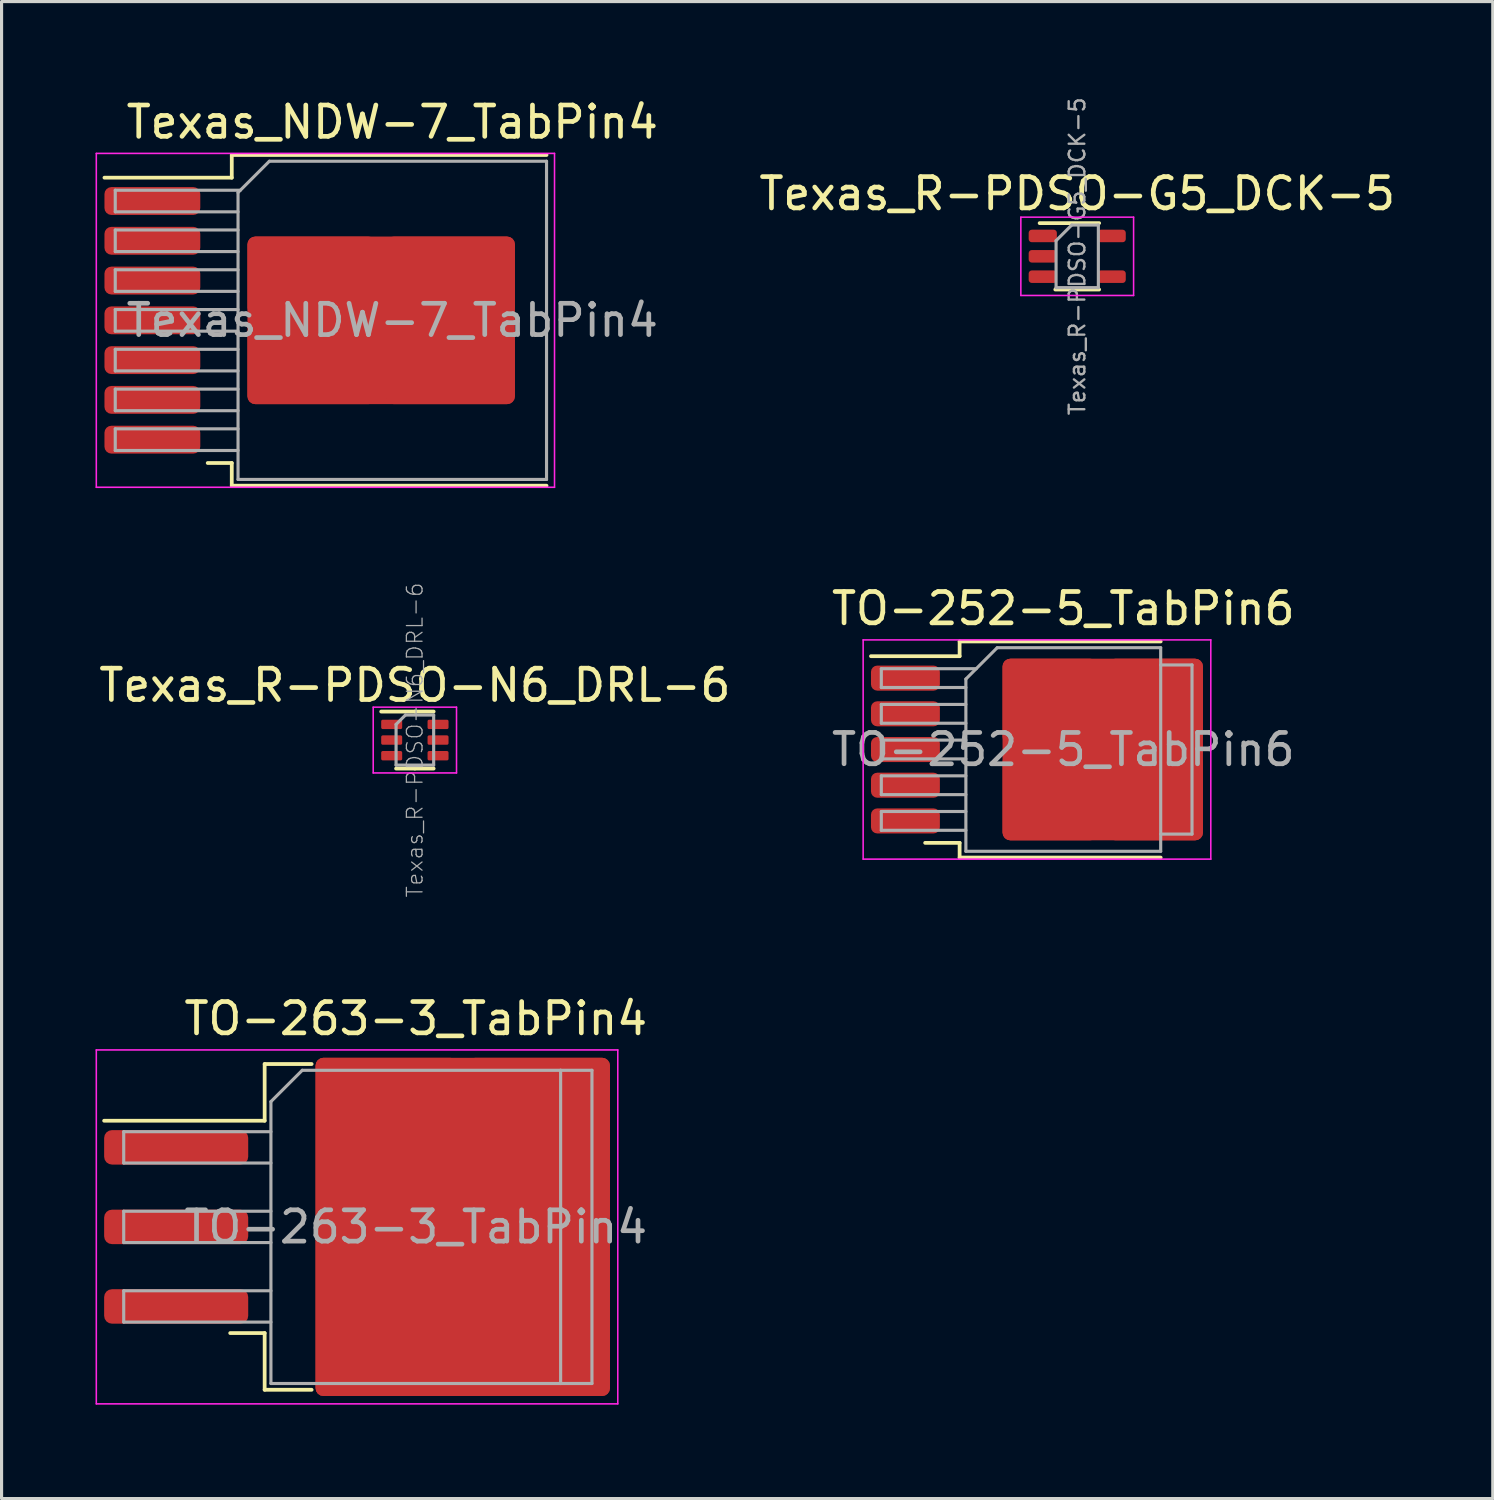
<source format=kicad_pcb>
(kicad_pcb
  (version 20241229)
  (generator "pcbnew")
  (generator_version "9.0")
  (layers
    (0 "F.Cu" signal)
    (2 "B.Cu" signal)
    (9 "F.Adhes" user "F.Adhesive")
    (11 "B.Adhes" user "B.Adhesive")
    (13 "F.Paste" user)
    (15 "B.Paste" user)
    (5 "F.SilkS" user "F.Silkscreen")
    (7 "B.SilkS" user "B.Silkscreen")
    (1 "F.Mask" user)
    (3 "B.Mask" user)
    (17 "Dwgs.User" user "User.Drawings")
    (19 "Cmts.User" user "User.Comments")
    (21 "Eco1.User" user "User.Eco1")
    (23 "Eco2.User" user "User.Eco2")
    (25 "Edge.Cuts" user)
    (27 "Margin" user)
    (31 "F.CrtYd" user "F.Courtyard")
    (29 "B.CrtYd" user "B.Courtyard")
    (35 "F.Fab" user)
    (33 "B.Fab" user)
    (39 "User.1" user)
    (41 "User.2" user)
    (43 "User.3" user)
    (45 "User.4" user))
  (footprint "Texas_R-PDSO-N6_DRL-6"
    (layer "F.Cu")
    (at 10.196 20.579)
    (property "Reference" "Texas_R-PDSO-N6_DRL-6" (at 0 -1.75 0) (layer "F.SilkS") (effects (font (size 1 1) (thickness 0.15))))
    (attr smd)
    (fp_line (start 0 -0.91) (end -1.075 -0.91) (stroke (width 0.12) (type solid)) (layer "F.SilkS"))
    (fp_line (start 0 -0.91) (end 0.6 -0.91) (stroke (width 0.12) (type solid)) (layer "F.SilkS"))
    (fp_line (start 0 0.91) (end -0.6 0.91) (stroke (width 0.12) (type solid)) (layer "F.SilkS"))
    (fp_line (start 0 0.91) (end 0.6 0.91) (stroke (width 0.12) (type solid)) (layer "F.SilkS"))
    (fp_line (start -1.33 -1.05) (end -1.33 1.05) (stroke (width 0.05) (type solid)) (layer "F.CrtYd"))
    (fp_line (start -1.33 1.05) (end 1.33 1.05) (stroke (width 0.05) (type solid)) (layer "F.CrtYd"))
    (fp_line (start 1.33 -1.05) (end -1.33 -1.05) (stroke (width 0.05) (type solid)) (layer "F.CrtYd"))
    (fp_line (start 1.33 1.05) (end 1.33 -1.05) (stroke (width 0.05) (type solid)) (layer "F.CrtYd"))
    (fp_line (start -0.6 -0.5) (end -0.3 -0.8) (stroke (width 0.1) (type solid)) (layer "F.Fab"))
    (fp_line (start -0.6 0.8) (end -0.6 -0.5) (stroke (width 0.1) (type solid)) (layer "F.Fab"))
    (fp_line (start -0.3 -0.8) (end 0.6 -0.8) (stroke (width 0.1) (type solid)) (layer "F.Fab"))
    (fp_line (start 0.6 -0.8) (end 0.6 0.8) (stroke (width 0.1) (type solid)) (layer "F.Fab"))
    (fp_line (start 0.6 0.8) (end -0.6 0.8) (stroke (width 0.1) (type solid)) (layer "F.Fab"))
    (fp_text user "${REFERENCE}" (at 0 0 90) (layer "F.Fab") (effects (font (size 0.5 0.5) (thickness 0.04))))
    (pad "1" smd roundrect (at -0.74 -0.5) (size 0.67 0.3) (layers "F.Cu" "F.Mask" "F.Paste") (roundrect_rratio 0.167))
    (pad "2" smd roundrect (at -0.74 0) (size 0.67 0.3) (layers "F.Cu" "F.Mask" "F.Paste") (roundrect_rratio 0.167))
    (pad "3" smd roundrect (at -0.74 0.5) (size 0.67 0.3) (layers "F.Cu" "F.Mask" "F.Paste") (roundrect_rratio 0.167))
    (pad "4" smd roundrect (at 0.74 0.5) (size 0.67 0.3) (layers "F.Cu" "F.Mask" "F.Paste") (roundrect_rratio 0.167))
    (pad "5" smd roundrect (at 0.74 0) (size 0.67 0.3) (layers "F.Cu" "F.Mask" "F.Paste") (roundrect_rratio 0.167))
    (pad "6" smd roundrect (at 0.74 -0.5) (size 0.67 0.3) (layers "F.Cu" "F.Mask" "F.Paste") (roundrect_rratio 0.167)))
  (footprint "TO-263-3_TabPin4"
    (layer "F.Cu")
    (at 10.225 36.123)
    (property "Reference" "TO-263-3_TabPin4" (at 0 -6.65 0) (layer "F.SilkS") (effects (font (size 1 1) (thickness 0.15))))
    (attr smd)
    (fp_line (start -4.825 -5.2) (end -4.825 -3.39) (stroke (width 0.12) (type solid)) (layer "F.SilkS"))
    (fp_line (start -4.825 -3.39) (end -9.95 -3.39) (stroke (width 0.12) (type solid)) (layer "F.SilkS"))
    (fp_line (start -4.825 3.39) (end -5.925 3.39) (stroke (width 0.12) (type solid)) (layer "F.SilkS"))
    (fp_line (start -4.825 5.2) (end -4.825 3.39) (stroke (width 0.12) (type solid)) (layer "F.SilkS"))
    (fp_line (start -3.325 -5.2) (end -4.825 -5.2) (stroke (width 0.12) (type solid)) (layer "F.SilkS"))
    (fp_line (start -3.325 5.2) (end -4.825 5.2) (stroke (width 0.12) (type solid)) (layer "F.SilkS"))
    (fp_line (start -10.2 -5.65) (end -10.2 5.65) (stroke (width 0.05) (type solid)) (layer "F.CrtYd"))
    (fp_line (start -10.2 5.65) (end 6.45 5.65) (stroke (width 0.05) (type solid)) (layer "F.CrtYd"))
    (fp_line (start 6.45 -5.65) (end -10.2 -5.65) (stroke (width 0.05) (type solid)) (layer "F.CrtYd"))
    (fp_line (start 6.45 5.65) (end 6.45 -5.65) (stroke (width 0.05) (type solid)) (layer "F.CrtYd"))
    (fp_line (start -9.325 -3.04) (end -9.325 -2.04) (stroke (width 0.1) (type solid)) (layer "F.Fab"))
    (fp_line (start -9.325 -2.04) (end -4.625 -2.04) (stroke (width 0.1) (type solid)) (layer "F.Fab"))
    (fp_line (start -9.325 -0.5) (end -9.325 0.5) (stroke (width 0.1) (type solid)) (layer "F.Fab"))
    (fp_line (start -9.325 0.5) (end -4.625 0.5) (stroke (width 0.1) (type solid)) (layer "F.Fab"))
    (fp_line (start -9.325 2.04) (end -9.325 3.04) (stroke (width 0.1) (type solid)) (layer "F.Fab"))
    (fp_line (start -9.325 3.04) (end -4.625 3.04) (stroke (width 0.1) (type solid)) (layer "F.Fab"))
    (fp_line (start -4.625 -4) (end -3.625 -5) (stroke (width 0.1) (type solid)) (layer "F.Fab"))
    (fp_line (start -4.625 -3.04) (end -9.325 -3.04) (stroke (width 0.1) (type solid)) (layer "F.Fab"))
    (fp_line (start -4.625 -0.5) (end -9.325 -0.5) (stroke (width 0.1) (type solid)) (layer "F.Fab"))
    (fp_line (start -4.625 2.04) (end -9.325 2.04) (stroke (width 0.1) (type solid)) (layer "F.Fab"))
    (fp_line (start -4.625 5) (end -4.625 -4) (stroke (width 0.1) (type solid)) (layer "F.Fab"))
    (fp_line (start -3.625 -5) (end 4.625 -5) (stroke (width 0.1) (type solid)) (layer "F.Fab"))
    (fp_line (start 4.625 -5) (end 4.625 5) (stroke (width 0.1) (type solid)) (layer "F.Fab"))
    (fp_line (start 4.625 -5) (end 5.625 -5) (stroke (width 0.1) (type solid)) (layer "F.Fab"))
    (fp_line (start 4.625 5) (end -4.625 5) (stroke (width 0.1) (type solid)) (layer "F.Fab"))
    (fp_line (start 5.625 -5) (end 5.625 5) (stroke (width 0.1) (type solid)) (layer "F.Fab"))
    (fp_line (start 5.625 5) (end 4.625 5) (stroke (width 0.1) (type solid)) (layer "F.Fab"))
    (fp_text user "${REFERENCE}" (at 0 0 0) (layer "F.Fab") (effects (font (size 1 1) (thickness 0.15))))
    (pad "1" smd roundrect (at -7.65 -2.54) (size 4.6 1.1) (layers "F.Cu" "F.Mask" "F.Paste") (roundrect_rratio 0.227))
    (pad "2" smd roundrect (at -7.65 0) (size 4.6 1.1) (layers "F.Cu" "F.Mask" "F.Paste") (roundrect_rratio 0.227))
    (pad "3" smd roundrect (at -7.65 2.54) (size 4.6 1.1) (layers "F.Cu" "F.Mask" "F.Paste") (roundrect_rratio 0.227))
    (pad "4" smd roundrect (at -0.925 -2.775) (size 4.55 5.25) (layers "F.Cu" "F.Paste") (roundrect_rratio 0.055))
    (pad "4" smd roundrect (at -0.925 2.775) (size 4.55 5.25) (layers "F.Cu" "F.Paste") (roundrect_rratio 0.055))
    (pad "4" smd roundrect (at 1.5 0) (size 9.4 10.8) (layers "F.Cu" "F.Mask") (roundrect_rratio 0.027))
    (pad "4" smd roundrect (at 3.925 -2.775) (size 4.55 5.25) (layers "F.Cu" "F.Paste") (roundrect_rratio 0.055))
    (pad "4" smd roundrect (at 3.925 2.775) (size 4.55 5.25) (layers "F.Cu" "F.Paste") (roundrect_rratio 0.055)))
  (footprint "Texas_NDW-7_TabPin4"
    (layer "F.Cu")
    (at 9.475 7.178)
    (property "Reference" "Texas_NDW-7_TabPin4" (at 0 -6.33 0) (layer "F.SilkS") (effects (font (size 1 1) (thickness 0.15))))
    (attr smd)
    (fp_line (start -5.125 -5.28) (end -5.125 -4.555) (stroke (width 0.12) (type solid)) (layer "F.SilkS"))
    (fp_line (start -5.125 -4.555) (end -9.19 -4.555) (stroke (width 0.12) (type solid)) (layer "F.SilkS"))
    (fp_line (start -5.125 4.555) (end -5.893 4.555) (stroke (width 0.12) (type solid)) (layer "F.SilkS"))
    (fp_line (start -5.125 5.28) (end -5.125 4.555) (stroke (width 0.12) (type solid)) (layer "F.SilkS"))
    (fp_line (start 4.925 -5.28) (end -5.125 -5.28) (stroke (width 0.12) (type solid)) (layer "F.SilkS"))
    (fp_line (start 4.925 5.28) (end -5.125 5.28) (stroke (width 0.12) (type solid)) (layer "F.SilkS"))
    (fp_line (start -9.45 -5.33) (end -9.45 5.33) (stroke (width 0.05) (type solid)) (layer "F.CrtYd"))
    (fp_line (start -9.45 5.33) (end 5.18 5.33) (stroke (width 0.05) (type solid)) (layer "F.CrtYd"))
    (fp_line (start 5.18 -5.33) (end -9.45 -5.33) (stroke (width 0.05) (type solid)) (layer "F.CrtYd"))
    (fp_line (start 5.18 5.33) (end 5.18 -5.33) (stroke (width 0.05) (type solid)) (layer "F.CrtYd"))
    (fp_line (start -8.845 -4.155) (end -8.845 -3.465) (stroke (width 0.1) (type solid)) (layer "F.Fab"))
    (fp_line (start -8.845 -3.465) (end -4.925 -3.465) (stroke (width 0.1) (type solid)) (layer "F.Fab"))
    (fp_line (start -8.845 -2.885) (end -8.845 -2.195) (stroke (width 0.1) (type solid)) (layer "F.Fab"))
    (fp_line (start -8.845 -2.195) (end -4.925 -2.195) (stroke (width 0.1) (type solid)) (layer "F.Fab"))
    (fp_line (start -8.845 -1.615) (end -8.845 -0.925) (stroke (width 0.1) (type solid)) (layer "F.Fab"))
    (fp_line (start -8.845 -0.925) (end -4.925 -0.925) (stroke (width 0.1) (type solid)) (layer "F.Fab"))
    (fp_line (start -8.845 -0.345) (end -8.845 0.345) (stroke (width 0.1) (type solid)) (layer "F.Fab"))
    (fp_line (start -8.845 0.345) (end -4.925 0.345) (stroke (width 0.1) (type solid)) (layer "F.Fab"))
    (fp_line (start -8.845 0.925) (end -8.845 1.615) (stroke (width 0.1) (type solid)) (layer "F.Fab"))
    (fp_line (start -8.845 1.615) (end -4.925 1.615) (stroke (width 0.1) (type solid)) (layer "F.Fab"))
    (fp_line (start -8.845 2.195) (end -8.845 2.885) (stroke (width 0.1) (type solid)) (layer "F.Fab"))
    (fp_line (start -8.845 2.885) (end -4.925 2.885) (stroke (width 0.1) (type solid)) (layer "F.Fab"))
    (fp_line (start -8.845 3.465) (end -8.845 4.155) (stroke (width 0.1) (type solid)) (layer "F.Fab"))
    (fp_line (start -8.845 4.155) (end -4.925 4.155) (stroke (width 0.1) (type solid)) (layer "F.Fab"))
    (fp_line (start -4.925 -4.08) (end -3.925 -5.08) (stroke (width 0.1) (type solid)) (layer "F.Fab"))
    (fp_line (start -4.925 -2.885) (end -8.845 -2.885) (stroke (width 0.1) (type solid)) (layer "F.Fab"))
    (fp_line (start -4.925 -1.615) (end -8.845 -1.615) (stroke (width 0.1) (type solid)) (layer "F.Fab"))
    (fp_line (start -4.925 -0.345) (end -8.845 -0.345) (stroke (width 0.1) (type solid)) (layer "F.Fab"))
    (fp_line (start -4.925 0.925) (end -8.845 0.925) (stroke (width 0.1) (type solid)) (layer "F.Fab"))
    (fp_line (start -4.925 2.195) (end -8.845 2.195) (stroke (width 0.1) (type solid)) (layer "F.Fab"))
    (fp_line (start -4.925 3.465) (end -8.845 3.465) (stroke (width 0.1) (type solid)) (layer "F.Fab"))
    (fp_line (start -4.925 5.08) (end -4.925 -4.08) (stroke (width 0.1) (type solid)) (layer "F.Fab"))
    (fp_line (start -4.85 -4.155) (end -8.845 -4.155) (stroke (width 0.1) (type solid)) (layer "F.Fab"))
    (fp_line (start -3.925 -5.08) (end 4.925 -5.08) (stroke (width 0.1) (type solid)) (layer "F.Fab"))
    (fp_line (start 4.925 -5.08) (end 4.925 5.08) (stroke (width 0.1) (type solid)) (layer "F.Fab"))
    (fp_line (start 4.925 5.08) (end -4.925 5.08) (stroke (width 0.1) (type solid)) (layer "F.Fab"))
    (fp_text user "${REFERENCE}" (at 0 0 0) (layer "F.Fab") (effects (font (size 1 1) (thickness 0.15))))
    (pad "1" smd roundrect (at -7.66 -3.81) (size 3.06 0.89) (layers "F.Cu" "F.Mask" "F.Paste") (roundrect_rratio 0.25))
    (pad "2" smd roundrect (at -7.66 -2.54) (size 3.06 0.89) (layers "F.Cu" "F.Mask" "F.Paste") (roundrect_rratio 0.25))
    (pad "3" smd roundrect (at -7.66 -1.27) (size 3.06 0.89) (layers "F.Cu" "F.Mask" "F.Paste") (roundrect_rratio 0.25))
    (pad "4" smd roundrect (at -7.66 0) (size 3.06 0.89) (layers "F.Cu" "F.Mask" "F.Paste") (roundrect_rratio 0.25))
    (pad "4" smd roundrect (at -2.565 -1.413) (size 4.12 2.525) (layers "F.Cu" "F.Paste") (roundrect_rratio 0.099))
    (pad "4" smd roundrect (at -2.565 1.413) (size 4.12 2.525) (layers "F.Cu" "F.Paste") (roundrect_rratio 0.099))
    (pad "4" smd roundrect (at -0.355 0) (size 8.54 5.35) (layers "F.Cu" "F.Mask") (roundrect_rratio 0.047))
    (pad "4" smd roundrect (at 1.855 -1.413) (size 4.12 2.525) (layers "F.Cu" "F.Paste") (roundrect_rratio 0.099))
    (pad "4" smd roundrect (at 1.855 1.413) (size 4.12 2.525) (layers "F.Cu" "F.Paste") (roundrect_rratio 0.099))
    (pad "5" smd roundrect (at -7.66 1.27) (size 3.06 0.89) (layers "F.Cu" "F.Mask" "F.Paste") (roundrect_rratio 0.25))
    (pad "6" smd roundrect (at -7.66 2.54) (size 3.06 0.89) (layers "F.Cu" "F.Mask" "F.Paste") (roundrect_rratio 0.25))
    (pad "7" smd roundrect (at -7.66 3.81) (size 3.06 0.89) (layers "F.Cu" "F.Mask" "F.Paste") (roundrect_rratio 0.25)))
  (footprint "Texas_R-PDSO-G5_DCK-5"
    (layer "F.Cu")
    (at 31.344 5.134)
    (property "Reference" "Texas_R-PDSO-G5_DCK-5" (at 0 -2 0) (layer "F.SilkS") (effects (font (size 1 1) (thickness 0.15))))
    (attr smd)
    (fp_line (start -0.7 1.06) (end 0.7 1.06) (stroke (width 0.12) (type solid)) (layer "F.SilkS"))
    (fp_line (start 0.7 -1.06) (end -1.2 -1.06) (stroke (width 0.12) (type solid)) (layer "F.SilkS"))
    (fp_line (start -1.8 -1.25) (end -1.8 1.25) (stroke (width 0.05) (type solid)) (layer "F.CrtYd"))
    (fp_line (start -1.8 -1.25) (end 1.8 -1.25) (stroke (width 0.05) (type solid)) (layer "F.CrtYd"))
    (fp_line (start -1.8 1.25) (end 1.8 1.25) (stroke (width 0.05) (type solid)) (layer "F.CrtYd"))
    (fp_line (start 1.8 1.25) (end 1.8 -1.25) (stroke (width 0.05) (type solid)) (layer "F.CrtYd"))
    (fp_line (start -0.675 -0.5) (end -0.675 1) (stroke (width 0.1) (type solid)) (layer "F.Fab"))
    (fp_line (start -0.175 -1) (end -0.675 -0.5) (stroke (width 0.1) (type solid)) (layer "F.Fab"))
    (fp_line (start 0.675 -1) (end -0.175 -1) (stroke (width 0.1) (type solid)) (layer "F.Fab"))
    (fp_line (start 0.675 -1) (end 0.675 1) (stroke (width 0.1) (type solid)) (layer "F.Fab"))
    (fp_line (start 0.675 1) (end -0.675 1) (stroke (width 0.1) (type solid)) (layer "F.Fab"))
    (fp_text user "${REFERENCE}" (at 0 0 90) (layer "F.Fab") (effects (font (size 0.5 0.5) (thickness 0.075))))
    (pad "1" smd roundrect (at -1.1 -0.65) (size 0.9 0.4) (layers "F.Cu" "F.Mask" "F.Paste") (roundrect_rratio 0.25))
    (pad "2" smd roundrect (at -1.1 0) (size 0.9 0.4) (layers "F.Cu" "F.Mask" "F.Paste") (roundrect_rratio 0.25))
    (pad "3" smd roundrect (at -1.1 0.65) (size 0.9 0.4) (layers "F.Cu" "F.Mask" "F.Paste") (roundrect_rratio 0.25))
    (pad "4" smd roundrect (at 1.1 0.65) (size 0.9 0.4) (layers "F.Cu" "F.Mask" "F.Paste") (roundrect_rratio 0.25))
    (pad "5" smd roundrect (at 1.1 -0.65) (size 0.9 0.4) (layers "F.Cu" "F.Mask" "F.Paste") (roundrect_rratio 0.25)))
  (footprint "TO-252-5_TabPin6"
    (layer "F.Cu")
    (at 30.899 20.881)
    (property "Reference" "TO-252-5_TabPin6" (at 0 -4.5 0) (layer "F.SilkS") (effects (font (size 1 1) (thickness 0.15))))
    (attr smd)
    (fp_line (start -3.31 -3.45) (end -3.31 -2.98) (stroke (width 0.12) (type solid)) (layer "F.SilkS"))
    (fp_line (start -3.31 -2.98) (end -6.14 -2.98) (stroke (width 0.12) (type solid)) (layer "F.SilkS"))
    (fp_line (start -3.31 2.98) (end -4.41 2.98) (stroke (width 0.12) (type solid)) (layer "F.SilkS"))
    (fp_line (start -3.31 3.45) (end -3.31 2.98) (stroke (width 0.12) (type solid)) (layer "F.SilkS"))
    (fp_line (start 3.11 -3.45) (end -3.31 -3.45) (stroke (width 0.12) (type solid)) (layer "F.SilkS"))
    (fp_line (start 3.11 3.45) (end -3.31 3.45) (stroke (width 0.12) (type solid)) (layer "F.SilkS"))
    (fp_line (start -6.39 -3.5) (end -6.39 3.5) (stroke (width 0.05) (type solid)) (layer "F.CrtYd"))
    (fp_line (start -6.39 3.5) (end 4.71 3.5) (stroke (width 0.05) (type solid)) (layer "F.CrtYd"))
    (fp_line (start 4.71 -3.5) (end -6.39 -3.5) (stroke (width 0.05) (type solid)) (layer "F.CrtYd"))
    (fp_line (start 4.71 3.5) (end 4.71 -3.5) (stroke (width 0.05) (type solid)) (layer "F.CrtYd"))
    (fp_line (start -5.81 -2.58) (end -5.81 -1.98) (stroke (width 0.1) (type solid)) (layer "F.Fab"))
    (fp_line (start -5.81 -1.98) (end -3.11 -1.98) (stroke (width 0.1) (type solid)) (layer "F.Fab"))
    (fp_line (start -5.81 -1.44) (end -5.81 -0.84) (stroke (width 0.1) (type solid)) (layer "F.Fab"))
    (fp_line (start -5.81 -0.84) (end -3.11 -0.84) (stroke (width 0.1) (type solid)) (layer "F.Fab"))
    (fp_line (start -5.81 -0.3) (end -5.81 0.3) (stroke (width 0.1) (type solid)) (layer "F.Fab"))
    (fp_line (start -5.81 0.3) (end -3.11 0.3) (stroke (width 0.1) (type solid)) (layer "F.Fab"))
    (fp_line (start -5.81 0.84) (end -5.81 1.44) (stroke (width 0.1) (type solid)) (layer "F.Fab"))
    (fp_line (start -5.81 1.44) (end -3.11 1.44) (stroke (width 0.1) (type solid)) (layer "F.Fab"))
    (fp_line (start -5.81 1.98) (end -5.81 2.58) (stroke (width 0.1) (type solid)) (layer "F.Fab"))
    (fp_line (start -5.81 2.58) (end -3.11 2.58) (stroke (width 0.1) (type solid)) (layer "F.Fab"))
    (fp_line (start -3.11 -2.25) (end -2.11 -3.25) (stroke (width 0.1) (type solid)) (layer "F.Fab"))
    (fp_line (start -3.11 -1.44) (end -5.81 -1.44) (stroke (width 0.1) (type solid)) (layer "F.Fab"))
    (fp_line (start -3.11 -0.3) (end -5.81 -0.3) (stroke (width 0.1) (type solid)) (layer "F.Fab"))
    (fp_line (start -3.11 0.84) (end -5.81 0.84) (stroke (width 0.1) (type solid)) (layer "F.Fab"))
    (fp_line (start -3.11 1.98) (end -5.81 1.98) (stroke (width 0.1) (type solid)) (layer "F.Fab"))
    (fp_line (start -3.11 3.25) (end -3.11 -2.25) (stroke (width 0.1) (type solid)) (layer "F.Fab"))
    (fp_line (start -2.78 -2.58) (end -5.81 -2.58) (stroke (width 0.1) (type solid)) (layer "F.Fab"))
    (fp_line (start -2.11 -3.25) (end 3.11 -3.25) (stroke (width 0.1) (type solid)) (layer "F.Fab"))
    (fp_line (start 3.11 -3.25) (end 3.11 3.25) (stroke (width 0.1) (type solid)) (layer "F.Fab"))
    (fp_line (start 3.11 -2.7) (end 4.11 -2.7) (stroke (width 0.1) (type solid)) (layer "F.Fab"))
    (fp_line (start 3.11 3.25) (end -3.11 3.25) (stroke (width 0.1) (type solid)) (layer "F.Fab"))
    (fp_line (start 4.11 -2.7) (end 4.11 2.7) (stroke (width 0.1) (type solid)) (layer "F.Fab"))
    (fp_line (start 4.11 2.7) (end 3.11 2.7) (stroke (width 0.1) (type solid)) (layer "F.Fab"))
    (fp_text user "${REFERENCE}" (at 0 0 0) (layer "F.Fab") (effects (font (size 1 1) (thickness 0.15))))
    (pad "1" smd roundrect (at -5.04 -2.28) (size 2.2 0.8) (layers "F.Cu" "F.Mask" "F.Paste") (roundrect_rratio 0.25))
    (pad "2" smd roundrect (at -5.04 -1.14) (size 2.2 0.8) (layers "F.Cu" "F.Mask" "F.Paste") (roundrect_rratio 0.25))
    (pad "3" smd roundrect (at -5.04 0) (size 2.2 0.8) (layers "F.Cu" "F.Mask" "F.Paste") (roundrect_rratio 0.25))
    (pad "4" smd roundrect (at -5.04 1.14) (size 2.2 0.8) (layers "F.Cu" "F.Mask" "F.Paste") (roundrect_rratio 0.25))
    (pad "5" smd roundrect (at -5.04 2.28) (size 2.2 0.8) (layers "F.Cu" "F.Mask" "F.Paste") (roundrect_rratio 0.25))
    (pad "6" smd roundrect (at -0.415 -1.525) (size 3.05 2.75) (layers "F.Cu" "F.Paste") (roundrect_rratio 0.091))
    (pad "6" smd roundrect (at -0.415 1.525) (size 3.05 2.75) (layers "F.Cu" "F.Paste") (roundrect_rratio 0.091))
    (pad "6" smd roundrect (at 1.26 0) (size 6.4 5.8) (layers "F.Cu" "F.Mask") (roundrect_rratio 0.043))
    (pad "6" smd roundrect (at 2.935 -1.525) (size 3.05 2.75) (layers "F.Cu" "F.Paste") (roundrect_rratio 0.091))
    (pad "6" smd roundrect (at 2.935 1.525) (size 3.05 2.75) (layers "F.Cu" "F.Paste") (roundrect_rratio 0.091)))
  (gr_rect
    (start -3 -3)
    (end 44.612 44.798)
    (stroke (width 0.1) (type default))
    (fill no)
    (layer "Edge.Cuts")))
</source>
